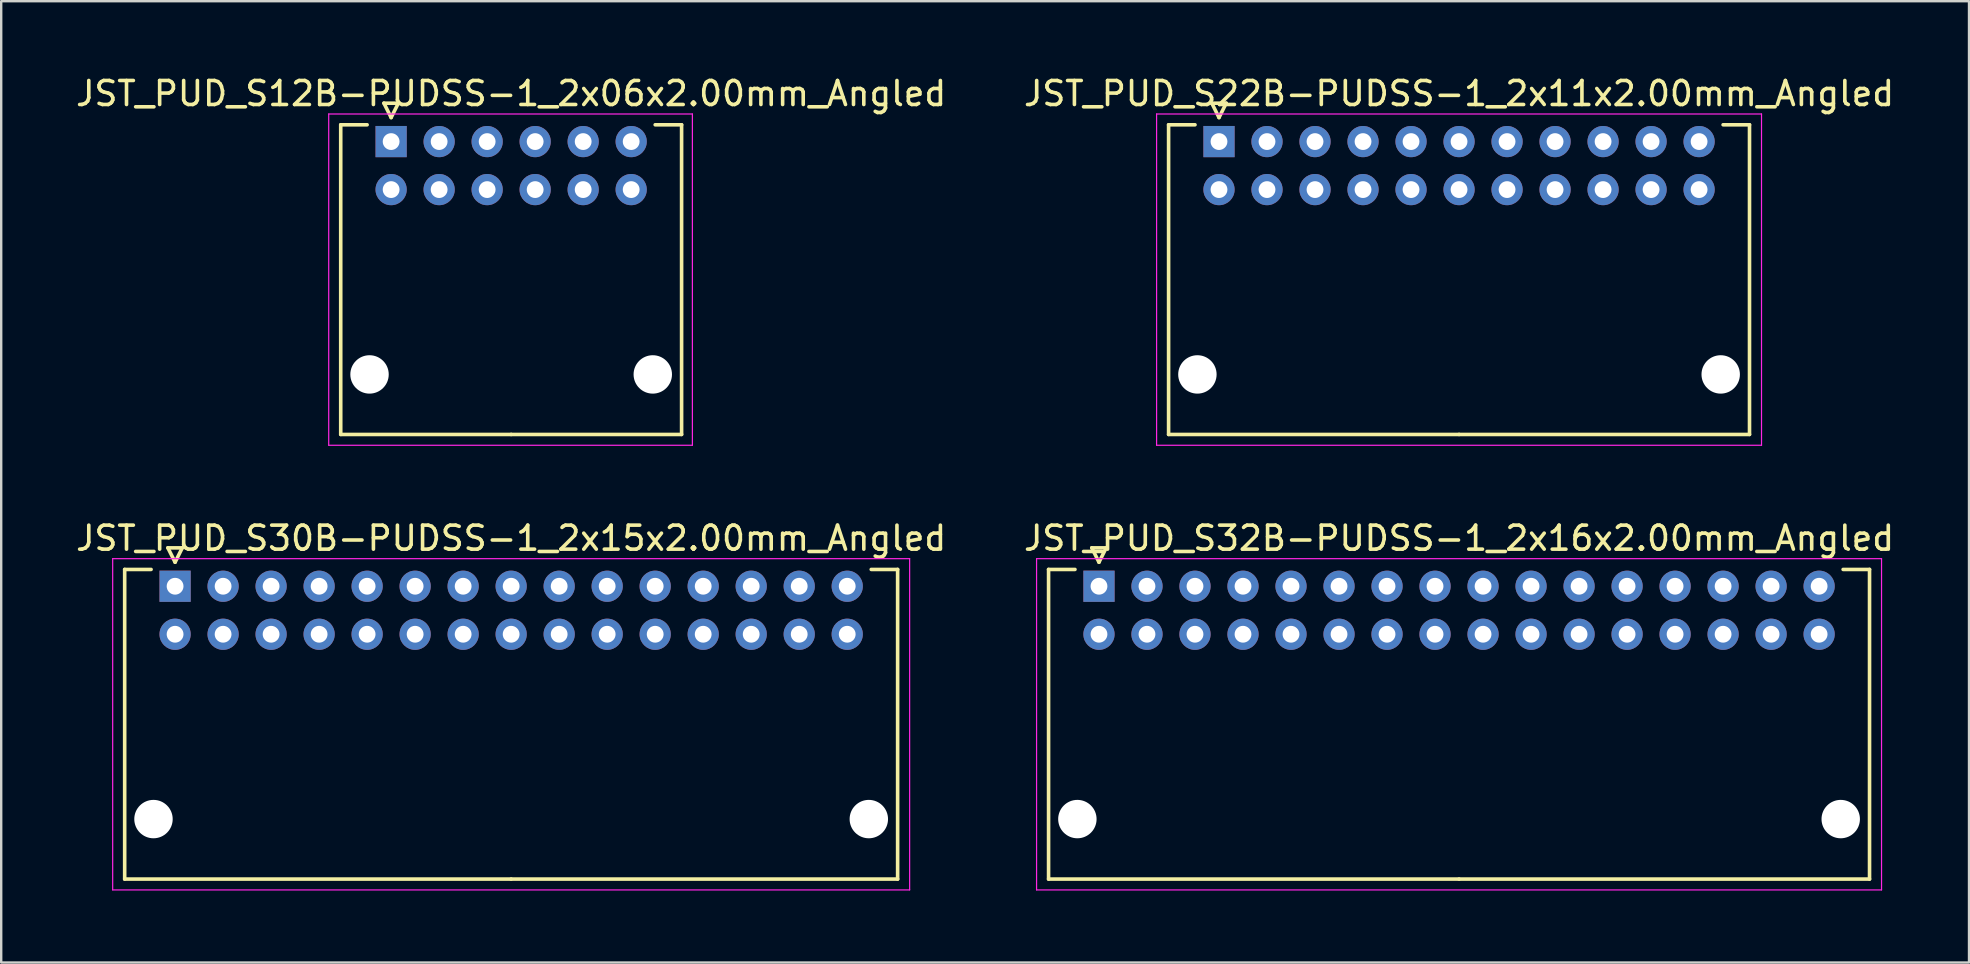
<source format=kicad_pcb>
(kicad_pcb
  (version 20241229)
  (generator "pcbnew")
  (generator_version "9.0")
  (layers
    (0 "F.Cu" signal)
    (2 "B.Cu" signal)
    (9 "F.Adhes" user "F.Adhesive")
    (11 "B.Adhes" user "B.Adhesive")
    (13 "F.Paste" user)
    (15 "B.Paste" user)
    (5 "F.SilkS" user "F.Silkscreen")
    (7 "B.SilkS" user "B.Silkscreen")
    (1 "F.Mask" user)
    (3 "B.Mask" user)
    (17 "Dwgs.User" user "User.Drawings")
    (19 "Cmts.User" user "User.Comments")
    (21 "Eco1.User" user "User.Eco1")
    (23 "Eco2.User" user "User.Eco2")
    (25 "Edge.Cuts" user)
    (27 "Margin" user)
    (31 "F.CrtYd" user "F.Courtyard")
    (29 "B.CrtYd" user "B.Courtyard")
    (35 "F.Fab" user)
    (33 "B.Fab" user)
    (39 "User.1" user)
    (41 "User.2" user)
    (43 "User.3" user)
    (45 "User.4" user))
  (footprint "JST_PUD_S30B-PUDSS-1_2x15x2.00mm_Angled"
    (layer "F.Cu")
    (at 4.244 21.372)
    (property "Reference" "JST_PUD_S30B-PUDSS-1_2x15x2.00mm_Angled" (at 14 -2 0) (layer "F.SilkS") (effects (font (size 1 1) (thickness 0.15))))
    (attr through_hole)
    (fp_line (start -2.1 -0.7) (end -2.1 12.2) (stroke (width 0.15) (type solid)) (layer "F.SilkS"))
    (fp_line (start -2.1 12.2) (end 14 12.2) (stroke (width 0.15) (type solid)) (layer "F.SilkS"))
    (fp_line (start -1 -0.7) (end -2.1 -0.7) (stroke (width 0.15) (type solid)) (layer "F.SilkS"))
    (fp_line (start -0.3 -1.6) (end 0.3 -1.6) (stroke (width 0.15) (type solid)) (layer "F.SilkS"))
    (fp_line (start 0 -1) (end -0.3 -1.6) (stroke (width 0.15) (type solid)) (layer "F.SilkS"))
    (fp_line (start 0.3 -1.6) (end 0 -1) (stroke (width 0.15) (type solid)) (layer "F.SilkS"))
    (fp_line (start 29 -0.7) (end 30.1 -0.7) (stroke (width 0.15) (type solid)) (layer "F.SilkS"))
    (fp_line (start 30.1 -0.7) (end 30.1 12.2) (stroke (width 0.15) (type solid)) (layer "F.SilkS"))
    (fp_line (start 30.1 12.2) (end 14 12.2) (stroke (width 0.15) (type solid)) (layer "F.SilkS"))
    (fp_line (start -2.6 -1.15) (end -2.6 12.65) (stroke (width 0.05) (type solid)) (layer "F.CrtYd"))
    (fp_line (start -2.6 12.65) (end 30.6 12.65) (stroke (width 0.05) (type solid)) (layer "F.CrtYd"))
    (fp_line (start 30.6 -1.15) (end -2.6 -1.15) (stroke (width 0.05) (type solid)) (layer "F.CrtYd"))
    (fp_line (start 30.6 12.65) (end 30.6 -1.15) (stroke (width 0.05) (type solid)) (layer "F.CrtYd"))
    (pad "" np_thru_hole circle (at -0.9 9.7) (size 1.6 1.6) (drill 1.6) (layers "*.Cu"))
    (pad "" np_thru_hole circle (at 28.9 9.7) (size 1.6 1.6) (drill 1.6) (layers "*.Cu"))
    (pad "1" thru_hole rect (at 0 0) (size 1.3 1.3) (drill 0.7) (layers "*.Cu" "*.Mask"))
    (pad "2" thru_hole circle (at 0 2) (size 1.3 1.3) (drill 0.7) (layers "*.Cu" "*.Mask"))
    (pad "3" thru_hole circle (at 2 0) (size 1.3 1.3) (drill 0.7) (layers "*.Cu" "*.Mask"))
    (pad "4" thru_hole circle (at 2 2) (size 1.3 1.3) (drill 0.7) (layers "*.Cu" "*.Mask"))
    (pad "5" thru_hole circle (at 4 0) (size 1.3 1.3) (drill 0.7) (layers "*.Cu" "*.Mask"))
    (pad "6" thru_hole circle (at 4 2) (size 1.3 1.3) (drill 0.7) (layers "*.Cu" "*.Mask"))
    (pad "7" thru_hole circle (at 6 0) (size 1.3 1.3) (drill 0.7) (layers "*.Cu" "*.Mask"))
    (pad "8" thru_hole circle (at 6 2) (size 1.3 1.3) (drill 0.7) (layers "*.Cu" "*.Mask"))
    (pad "9" thru_hole circle (at 8 0) (size 1.3 1.3) (drill 0.7) (layers "*.Cu" "*.Mask"))
    (pad "10" thru_hole circle (at 8 2) (size 1.3 1.3) (drill 0.7) (layers "*.Cu" "*.Mask"))
    (pad "11" thru_hole circle (at 10 0) (size 1.3 1.3) (drill 0.7) (layers "*.Cu" "*.Mask"))
    (pad "12" thru_hole circle (at 10 2) (size 1.3 1.3) (drill 0.7) (layers "*.Cu" "*.Mask"))
    (pad "13" thru_hole circle (at 12 0) (size 1.3 1.3) (drill 0.7) (layers "*.Cu" "*.Mask"))
    (pad "14" thru_hole circle (at 12 2) (size 1.3 1.3) (drill 0.7) (layers "*.Cu" "*.Mask"))
    (pad "15" thru_hole circle (at 14 0) (size 1.3 1.3) (drill 0.7) (layers "*.Cu" "*.Mask"))
    (pad "16" thru_hole circle (at 14 2) (size 1.3 1.3) (drill 0.7) (layers "*.Cu" "*.Mask"))
    (pad "17" thru_hole circle (at 16 0) (size 1.3 1.3) (drill 0.7) (layers "*.Cu" "*.Mask"))
    (pad "18" thru_hole circle (at 16 2) (size 1.3 1.3) (drill 0.7) (layers "*.Cu" "*.Mask"))
    (pad "19" thru_hole circle (at 18 0) (size 1.3 1.3) (drill 0.7) (layers "*.Cu" "*.Mask"))
    (pad "20" thru_hole circle (at 18 2) (size 1.3 1.3) (drill 0.7) (layers "*.Cu" "*.Mask"))
    (pad "21" thru_hole circle (at 20 0) (size 1.3 1.3) (drill 0.7) (layers "*.Cu" "*.Mask"))
    (pad "22" thru_hole circle (at 20 2) (size 1.3 1.3) (drill 0.7) (layers "*.Cu" "*.Mask"))
    (pad "23" thru_hole circle (at 22 0) (size 1.3 1.3) (drill 0.7) (layers "*.Cu" "*.Mask"))
    (pad "24" thru_hole circle (at 22 2) (size 1.3 1.3) (drill 0.7) (layers "*.Cu" "*.Mask"))
    (pad "25" thru_hole circle (at 24 0) (size 1.3 1.3) (drill 0.7) (layers "*.Cu" "*.Mask"))
    (pad "26" thru_hole circle (at 24 2) (size 1.3 1.3) (drill 0.7) (layers "*.Cu" "*.Mask"))
    (pad "27" thru_hole circle (at 26 0) (size 1.3 1.3) (drill 0.7) (layers "*.Cu" "*.Mask"))
    (pad "28" thru_hole circle (at 26 2) (size 1.3 1.3) (drill 0.7) (layers "*.Cu" "*.Mask"))
    (pad "29" thru_hole circle (at 28 0) (size 1.3 1.3) (drill 0.7) (layers "*.Cu" "*.Mask"))
    (pad "30" thru_hole circle (at 28 2) (size 1.3 1.3) (drill 0.7) (layers "*.Cu" "*.Mask")))
  (footprint "JST_PUD_S32B-PUDSS-1_2x16x2.00mm_Angled"
    (layer "F.Cu")
    (at 42.732 21.372)
    (property "Reference" "JST_PUD_S32B-PUDSS-1_2x16x2.00mm_Angled" (at 15 -2 0) (layer "F.SilkS") (effects (font (size 1 1) (thickness 0.15))))
    (attr through_hole)
    (fp_line (start -2.1 -0.7) (end -2.1 12.2) (stroke (width 0.15) (type solid)) (layer "F.SilkS"))
    (fp_line (start -2.1 12.2) (end 15 12.2) (stroke (width 0.15) (type solid)) (layer "F.SilkS"))
    (fp_line (start -1 -0.7) (end -2.1 -0.7) (stroke (width 0.15) (type solid)) (layer "F.SilkS"))
    (fp_line (start -0.3 -1.6) (end 0.3 -1.6) (stroke (width 0.15) (type solid)) (layer "F.SilkS"))
    (fp_line (start 0 -1) (end -0.3 -1.6) (stroke (width 0.15) (type solid)) (layer "F.SilkS"))
    (fp_line (start 0.3 -1.6) (end 0 -1) (stroke (width 0.15) (type solid)) (layer "F.SilkS"))
    (fp_line (start 31 -0.7) (end 32.1 -0.7) (stroke (width 0.15) (type solid)) (layer "F.SilkS"))
    (fp_line (start 32.1 -0.7) (end 32.1 12.2) (stroke (width 0.15) (type solid)) (layer "F.SilkS"))
    (fp_line (start 32.1 12.2) (end 15 12.2) (stroke (width 0.15) (type solid)) (layer "F.SilkS"))
    (fp_line (start -2.6 -1.15) (end -2.6 12.65) (stroke (width 0.05) (type solid)) (layer "F.CrtYd"))
    (fp_line (start -2.6 12.65) (end 32.6 12.65) (stroke (width 0.05) (type solid)) (layer "F.CrtYd"))
    (fp_line (start 32.6 -1.15) (end -2.6 -1.15) (stroke (width 0.05) (type solid)) (layer "F.CrtYd"))
    (fp_line (start 32.6 12.65) (end 32.6 -1.15) (stroke (width 0.05) (type solid)) (layer "F.CrtYd"))
    (pad "" np_thru_hole circle (at -0.9 9.7) (size 1.6 1.6) (drill 1.6) (layers "*.Cu"))
    (pad "" np_thru_hole circle (at 30.9 9.7) (size 1.6 1.6) (drill 1.6) (layers "*.Cu"))
    (pad "1" thru_hole rect (at 0 0) (size 1.3 1.3) (drill 0.7) (layers "*.Cu" "*.Mask"))
    (pad "2" thru_hole circle (at 0 2) (size 1.3 1.3) (drill 0.7) (layers "*.Cu" "*.Mask"))
    (pad "3" thru_hole circle (at 2 0) (size 1.3 1.3) (drill 0.7) (layers "*.Cu" "*.Mask"))
    (pad "4" thru_hole circle (at 2 2) (size 1.3 1.3) (drill 0.7) (layers "*.Cu" "*.Mask"))
    (pad "5" thru_hole circle (at 4 0) (size 1.3 1.3) (drill 0.7) (layers "*.Cu" "*.Mask"))
    (pad "6" thru_hole circle (at 4 2) (size 1.3 1.3) (drill 0.7) (layers "*.Cu" "*.Mask"))
    (pad "7" thru_hole circle (at 6 0) (size 1.3 1.3) (drill 0.7) (layers "*.Cu" "*.Mask"))
    (pad "8" thru_hole circle (at 6 2) (size 1.3 1.3) (drill 0.7) (layers "*.Cu" "*.Mask"))
    (pad "9" thru_hole circle (at 8 0) (size 1.3 1.3) (drill 0.7) (layers "*.Cu" "*.Mask"))
    (pad "10" thru_hole circle (at 8 2) (size 1.3 1.3) (drill 0.7) (layers "*.Cu" "*.Mask"))
    (pad "11" thru_hole circle (at 10 0) (size 1.3 1.3) (drill 0.7) (layers "*.Cu" "*.Mask"))
    (pad "12" thru_hole circle (at 10 2) (size 1.3 1.3) (drill 0.7) (layers "*.Cu" "*.Mask"))
    (pad "13" thru_hole circle (at 12 0) (size 1.3 1.3) (drill 0.7) (layers "*.Cu" "*.Mask"))
    (pad "14" thru_hole circle (at 12 2) (size 1.3 1.3) (drill 0.7) (layers "*.Cu" "*.Mask"))
    (pad "15" thru_hole circle (at 14 0) (size 1.3 1.3) (drill 0.7) (layers "*.Cu" "*.Mask"))
    (pad "16" thru_hole circle (at 14 2) (size 1.3 1.3) (drill 0.7) (layers "*.Cu" "*.Mask"))
    (pad "17" thru_hole circle (at 16 0) (size 1.3 1.3) (drill 0.7) (layers "*.Cu" "*.Mask"))
    (pad "18" thru_hole circle (at 16 2) (size 1.3 1.3) (drill 0.7) (layers "*.Cu" "*.Mask"))
    (pad "19" thru_hole circle (at 18 0) (size 1.3 1.3) (drill 0.7) (layers "*.Cu" "*.Mask"))
    (pad "20" thru_hole circle (at 18 2) (size 1.3 1.3) (drill 0.7) (layers "*.Cu" "*.Mask"))
    (pad "21" thru_hole circle (at 20 0) (size 1.3 1.3) (drill 0.7) (layers "*.Cu" "*.Mask"))
    (pad "22" thru_hole circle (at 20 2) (size 1.3 1.3) (drill 0.7) (layers "*.Cu" "*.Mask"))
    (pad "23" thru_hole circle (at 22 0) (size 1.3 1.3) (drill 0.7) (layers "*.Cu" "*.Mask"))
    (pad "24" thru_hole circle (at 22 2) (size 1.3 1.3) (drill 0.7) (layers "*.Cu" "*.Mask"))
    (pad "25" thru_hole circle (at 24 0) (size 1.3 1.3) (drill 0.7) (layers "*.Cu" "*.Mask"))
    (pad "26" thru_hole circle (at 24 2) (size 1.3 1.3) (drill 0.7) (layers "*.Cu" "*.Mask"))
    (pad "27" thru_hole circle (at 26 0) (size 1.3 1.3) (drill 0.7) (layers "*.Cu" "*.Mask"))
    (pad "28" thru_hole circle (at 26 2) (size 1.3 1.3) (drill 0.7) (layers "*.Cu" "*.Mask"))
    (pad "29" thru_hole circle (at 28 0) (size 1.3 1.3) (drill 0.7) (layers "*.Cu" "*.Mask"))
    (pad "30" thru_hole circle (at 28 2) (size 1.3 1.3) (drill 0.7) (layers "*.Cu" "*.Mask"))
    (pad "31" thru_hole circle (at 30 0) (size 1.3 1.3) (drill 0.7) (layers "*.Cu" "*.Mask"))
    (pad "32" thru_hole circle (at 30 2) (size 1.3 1.3) (drill 0.7) (layers "*.Cu" "*.Mask")))
  (footprint "JST_PUD_S22B-PUDSS-1_2x11x2.00mm_Angled"
    (layer "F.Cu")
    (at 47.732 2.848)
    (property "Reference" "JST_PUD_S22B-PUDSS-1_2x11x2.00mm_Angled" (at 10 -2 0) (layer "F.SilkS") (effects (font (size 1 1) (thickness 0.15))))
    (attr through_hole)
    (fp_line (start -2.1 -0.7) (end -2.1 12.2) (stroke (width 0.15) (type solid)) (layer "F.SilkS"))
    (fp_line (start -2.1 12.2) (end 10 12.2) (stroke (width 0.15) (type solid)) (layer "F.SilkS"))
    (fp_line (start -1 -0.7) (end -2.1 -0.7) (stroke (width 0.15) (type solid)) (layer "F.SilkS"))
    (fp_line (start -0.3 -1.6) (end 0.3 -1.6) (stroke (width 0.15) (type solid)) (layer "F.SilkS"))
    (fp_line (start 0 -1) (end -0.3 -1.6) (stroke (width 0.15) (type solid)) (layer "F.SilkS"))
    (fp_line (start 0.3 -1.6) (end 0 -1) (stroke (width 0.15) (type solid)) (layer "F.SilkS"))
    (fp_line (start 21 -0.7) (end 22.1 -0.7) (stroke (width 0.15) (type solid)) (layer "F.SilkS"))
    (fp_line (start 22.1 -0.7) (end 22.1 12.2) (stroke (width 0.15) (type solid)) (layer "F.SilkS"))
    (fp_line (start 22.1 12.2) (end 10 12.2) (stroke (width 0.15) (type solid)) (layer "F.SilkS"))
    (fp_line (start -2.6 -1.15) (end -2.6 12.65) (stroke (width 0.05) (type solid)) (layer "F.CrtYd"))
    (fp_line (start -2.6 12.65) (end 22.6 12.65) (stroke (width 0.05) (type solid)) (layer "F.CrtYd"))
    (fp_line (start 22.6 -1.15) (end -2.6 -1.15) (stroke (width 0.05) (type solid)) (layer "F.CrtYd"))
    (fp_line (start 22.6 12.65) (end 22.6 -1.15) (stroke (width 0.05) (type solid)) (layer "F.CrtYd"))
    (pad "" np_thru_hole circle (at -0.9 9.7) (size 1.6 1.6) (drill 1.6) (layers "*.Cu"))
    (pad "" np_thru_hole circle (at 20.9 9.7) (size 1.6 1.6) (drill 1.6) (layers "*.Cu"))
    (pad "1" thru_hole rect (at 0 0) (size 1.3 1.3) (drill 0.7) (layers "*.Cu" "*.Mask"))
    (pad "2" thru_hole circle (at 0 2) (size 1.3 1.3) (drill 0.7) (layers "*.Cu" "*.Mask"))
    (pad "3" thru_hole circle (at 2 0) (size 1.3 1.3) (drill 0.7) (layers "*.Cu" "*.Mask"))
    (pad "4" thru_hole circle (at 2 2) (size 1.3 1.3) (drill 0.7) (layers "*.Cu" "*.Mask"))
    (pad "5" thru_hole circle (at 4 0) (size 1.3 1.3) (drill 0.7) (layers "*.Cu" "*.Mask"))
    (pad "6" thru_hole circle (at 4 2) (size 1.3 1.3) (drill 0.7) (layers "*.Cu" "*.Mask"))
    (pad "7" thru_hole circle (at 6 0) (size 1.3 1.3) (drill 0.7) (layers "*.Cu" "*.Mask"))
    (pad "8" thru_hole circle (at 6 2) (size 1.3 1.3) (drill 0.7) (layers "*.Cu" "*.Mask"))
    (pad "9" thru_hole circle (at 8 0) (size 1.3 1.3) (drill 0.7) (layers "*.Cu" "*.Mask"))
    (pad "10" thru_hole circle (at 8 2) (size 1.3 1.3) (drill 0.7) (layers "*.Cu" "*.Mask"))
    (pad "11" thru_hole circle (at 10 0) (size 1.3 1.3) (drill 0.7) (layers "*.Cu" "*.Mask"))
    (pad "12" thru_hole circle (at 10 2) (size 1.3 1.3) (drill 0.7) (layers "*.Cu" "*.Mask"))
    (pad "13" thru_hole circle (at 12 0) (size 1.3 1.3) (drill 0.7) (layers "*.Cu" "*.Mask"))
    (pad "14" thru_hole circle (at 12 2) (size 1.3 1.3) (drill 0.7) (layers "*.Cu" "*.Mask"))
    (pad "15" thru_hole circle (at 14 0) (size 1.3 1.3) (drill 0.7) (layers "*.Cu" "*.Mask"))
    (pad "16" thru_hole circle (at 14 2) (size 1.3 1.3) (drill 0.7) (layers "*.Cu" "*.Mask"))
    (pad "17" thru_hole circle (at 16 0) (size 1.3 1.3) (drill 0.7) (layers "*.Cu" "*.Mask"))
    (pad "18" thru_hole circle (at 16 2) (size 1.3 1.3) (drill 0.7) (layers "*.Cu" "*.Mask"))
    (pad "19" thru_hole circle (at 18 0) (size 1.3 1.3) (drill 0.7) (layers "*.Cu" "*.Mask"))
    (pad "20" thru_hole circle (at 18 2) (size 1.3 1.3) (drill 0.7) (layers "*.Cu" "*.Mask"))
    (pad "21" thru_hole circle (at 20 0) (size 1.3 1.3) (drill 0.7) (layers "*.Cu" "*.Mask"))
    (pad "22" thru_hole circle (at 20 2) (size 1.3 1.3) (drill 0.7) (layers "*.Cu" "*.Mask")))
  (footprint "JST_PUD_S12B-PUDSS-1_2x06x2.00mm_Angled"
    (layer "F.Cu")
    (at 13.244 2.848)
    (property "Reference" "JST_PUD_S12B-PUDSS-1_2x06x2.00mm_Angled" (at 5 -2 0) (layer "F.SilkS") (effects (font (size 1 1) (thickness 0.15))))
    (attr through_hole)
    (fp_line (start -2.1 -0.7) (end -2.1 12.2) (stroke (width 0.15) (type solid)) (layer "F.SilkS"))
    (fp_line (start -2.1 12.2) (end 5 12.2) (stroke (width 0.15) (type solid)) (layer "F.SilkS"))
    (fp_line (start -1 -0.7) (end -2.1 -0.7) (stroke (width 0.15) (type solid)) (layer "F.SilkS"))
    (fp_line (start -0.3 -1.6) (end 0.3 -1.6) (stroke (width 0.15) (type solid)) (layer "F.SilkS"))
    (fp_line (start 0 -1) (end -0.3 -1.6) (stroke (width 0.15) (type solid)) (layer "F.SilkS"))
    (fp_line (start 0.3 -1.6) (end 0 -1) (stroke (width 0.15) (type solid)) (layer "F.SilkS"))
    (fp_line (start 11 -0.7) (end 12.1 -0.7) (stroke (width 0.15) (type solid)) (layer "F.SilkS"))
    (fp_line (start 12.1 -0.7) (end 12.1 12.2) (stroke (width 0.15) (type solid)) (layer "F.SilkS"))
    (fp_line (start 12.1 12.2) (end 5 12.2) (stroke (width 0.15) (type solid)) (layer "F.SilkS"))
    (fp_line (start -2.6 -1.15) (end -2.6 12.65) (stroke (width 0.05) (type solid)) (layer "F.CrtYd"))
    (fp_line (start -2.6 12.65) (end 12.55 12.65) (stroke (width 0.05) (type solid)) (layer "F.CrtYd"))
    (fp_line (start 12.55 -1.15) (end -2.6 -1.15) (stroke (width 0.05) (type solid)) (layer "F.CrtYd"))
    (fp_line (start 12.55 12.65) (end 12.55 -1.15) (stroke (width 0.05) (type solid)) (layer "F.CrtYd"))
    (pad "" np_thru_hole circle (at -0.9 9.7) (size 1.6 1.6) (drill 1.6) (layers "*.Cu"))
    (pad "" np_thru_hole circle (at 10.9 9.7) (size 1.6 1.6) (drill 1.6) (layers "*.Cu"))
    (pad "1" thru_hole rect (at 0 0) (size 1.3 1.3) (drill 0.7) (layers "*.Cu" "*.Mask"))
    (pad "2" thru_hole circle (at 0 2) (size 1.3 1.3) (drill 0.7) (layers "*.Cu" "*.Mask"))
    (pad "3" thru_hole circle (at 2 0) (size 1.3 1.3) (drill 0.7) (layers "*.Cu" "*.Mask"))
    (pad "4" thru_hole circle (at 2 2) (size 1.3 1.3) (drill 0.7) (layers "*.Cu" "*.Mask"))
    (pad "5" thru_hole circle (at 4 0) (size 1.3 1.3) (drill 0.7) (layers "*.Cu" "*.Mask"))
    (pad "6" thru_hole circle (at 4 2) (size 1.3 1.3) (drill 0.7) (layers "*.Cu" "*.Mask"))
    (pad "7" thru_hole circle (at 6 0) (size 1.3 1.3) (drill 0.7) (layers "*.Cu" "*.Mask"))
    (pad "8" thru_hole circle (at 6 2) (size 1.3 1.3) (drill 0.7) (layers "*.Cu" "*.Mask"))
    (pad "9" thru_hole circle (at 8 0) (size 1.3 1.3) (drill 0.7) (layers "*.Cu" "*.Mask"))
    (pad "10" thru_hole circle (at 8 2) (size 1.3 1.3) (drill 0.7) (layers "*.Cu" "*.Mask"))
    (pad "11" thru_hole circle (at 10 0) (size 1.3 1.3) (drill 0.7) (layers "*.Cu" "*.Mask"))
    (pad "12" thru_hole circle (at 10 2) (size 1.3 1.3) (drill 0.7) (layers "*.Cu" "*.Mask")))
  (gr_rect
    (start -3 -3)
    (end 78.976 37.047)
    (stroke (width 0.1) (type default))
    (fill no)
    (layer "Edge.Cuts")))
</source>
